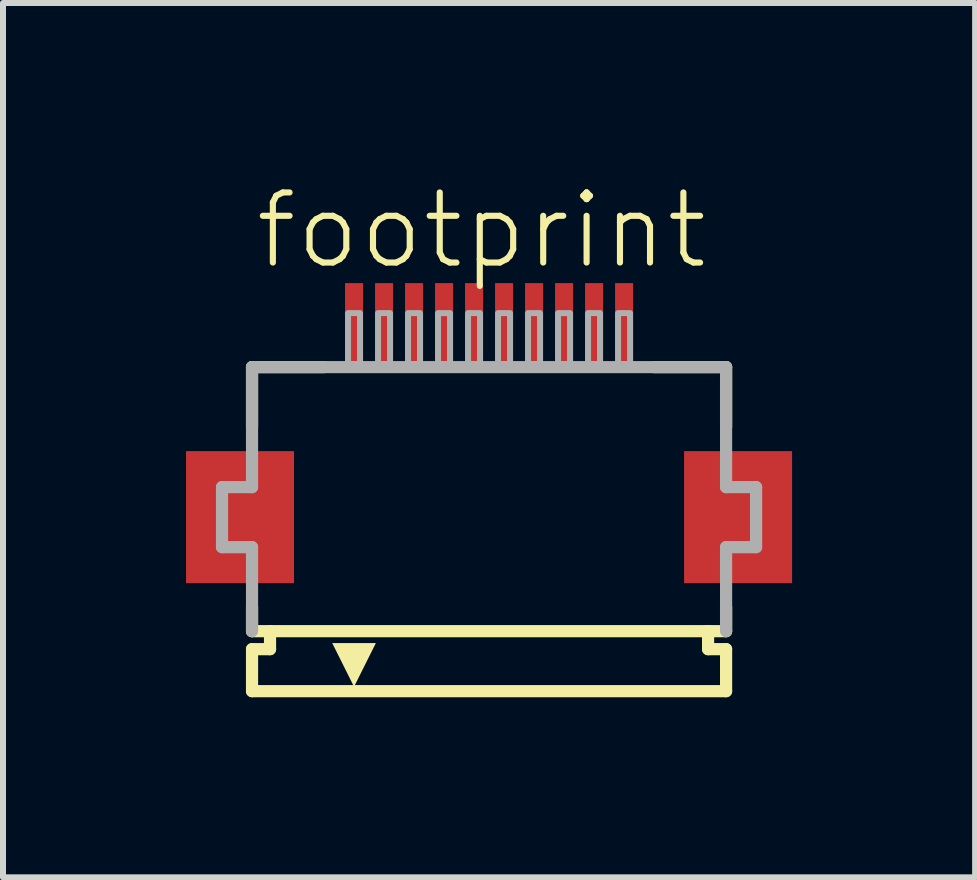
<source format=kicad_pcb>
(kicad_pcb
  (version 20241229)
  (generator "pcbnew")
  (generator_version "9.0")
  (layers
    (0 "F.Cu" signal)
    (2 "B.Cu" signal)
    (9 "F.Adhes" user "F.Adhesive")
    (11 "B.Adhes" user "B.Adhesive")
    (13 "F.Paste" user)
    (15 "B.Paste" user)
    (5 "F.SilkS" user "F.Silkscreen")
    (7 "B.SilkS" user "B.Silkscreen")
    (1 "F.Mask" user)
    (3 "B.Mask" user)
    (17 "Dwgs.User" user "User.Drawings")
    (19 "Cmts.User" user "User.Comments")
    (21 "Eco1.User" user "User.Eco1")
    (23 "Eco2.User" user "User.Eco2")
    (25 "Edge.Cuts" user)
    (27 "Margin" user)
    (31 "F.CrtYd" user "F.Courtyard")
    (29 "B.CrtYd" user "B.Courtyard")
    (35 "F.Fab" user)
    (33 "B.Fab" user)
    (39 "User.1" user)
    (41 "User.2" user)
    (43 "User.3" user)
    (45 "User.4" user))
  (footprint "footprint"
    (layer "F.Cu")
    (at 5.1 5.568)
    (property "Reference" "footprint" (at -3.948 -4.095 0) (layer "F.SilkS") (effects (font (size 1.168 1.168) (thickness 0.102)) (justify left bottom)))
    (fp_poly (pts (xy -3.25 -1.1) (xy -5.05 -1.1) (xy -5.05 1.1) (xy -3.25 1.1)) (stroke (width 0) (type solid)) (fill yes) (layer "F.Cu"))
    (fp_poly (pts (xy 5.05 -1.1) (xy 3.25 -1.1) (xy 3.25 1.1) (xy 5.05 1.1)) (stroke (width 0) (type solid)) (fill yes) (layer "F.Cu"))
    (fp_poly (pts (xy -3.2 -1.175) (xy -5.1 -1.175) (xy -5.1 1.175) (xy -3.2 1.175)) (stroke (width 0) (type solid)) (fill yes) (layer "F.Mask"))
    (fp_poly (pts (xy -2.45 -2.55) (xy -2.05 -2.55) (xy -2.05 -3.95) (xy -2.45 -3.95)) (stroke (width 0) (type solid)) (fill yes) (layer "F.Mask"))
    (fp_poly (pts (xy -1.95 -2.55) (xy -1.55 -2.55) (xy -1.55 -3.95) (xy -1.95 -3.95)) (stroke (width 0) (type solid)) (fill yes) (layer "F.Mask"))
    (fp_poly (pts (xy -1.45 -2.55) (xy -1.05 -2.55) (xy -1.05 -3.95) (xy -1.45 -3.95)) (stroke (width 0) (type solid)) (fill yes) (layer "F.Mask"))
    (fp_poly (pts (xy -0.95 -2.55) (xy -0.55 -2.55) (xy -0.55 -3.95) (xy -0.95 -3.95)) (stroke (width 0) (type solid)) (fill yes) (layer "F.Mask"))
    (fp_poly (pts (xy -0.45 -2.55) (xy -0.05 -2.55) (xy -0.05 -3.95) (xy -0.45 -3.95)) (stroke (width 0) (type solid)) (fill yes) (layer "F.Mask"))
    (fp_poly (pts (xy 0.05 -2.55) (xy 0.45 -2.55) (xy 0.45 -3.95) (xy 0.05 -3.95)) (stroke (width 0) (type solid)) (fill yes) (layer "F.Mask"))
    (fp_poly (pts (xy 0.55 -2.55) (xy 0.95 -2.55) (xy 0.95 -3.95) (xy 0.55 -3.95)) (stroke (width 0) (type solid)) (fill yes) (layer "F.Mask"))
    (fp_poly (pts (xy 1.05 -2.55) (xy 1.45 -2.55) (xy 1.45 -3.95) (xy 1.05 -3.95)) (stroke (width 0) (type solid)) (fill yes) (layer "F.Mask"))
    (fp_poly (pts (xy 1.55 -2.55) (xy 1.95 -2.55) (xy 1.95 -3.95) (xy 1.55 -3.95)) (stroke (width 0) (type solid)) (fill yes) (layer "F.Mask"))
    (fp_poly (pts (xy 2.05 -2.55) (xy 2.45 -2.55) (xy 2.45 -3.95) (xy 2.05 -3.95)) (stroke (width 0) (type solid)) (fill yes) (layer "F.Mask"))
    (fp_poly (pts (xy 5.1 -1.175) (xy 3.2 -1.175) (xy 3.2 1.175) (xy 5.1 1.175)) (stroke (width 0) (type solid)) (fill yes) (layer "F.Mask"))
    (fp_line (start -3.95 -2.5) (end -3.95 -1.5) (stroke (width 0.203) (type solid)) (layer "F.SilkS"))
    (fp_line (start -3.95 1.5) (end -3.95 1.9) (stroke (width 0.203) (type solid)) (layer "F.SilkS"))
    (fp_line (start -3.95 1.9) (end -3.65 1.9) (stroke (width 0.203) (type solid)) (layer "F.SilkS"))
    (fp_line (start -3.95 2.2) (end -3.95 2.9) (stroke (width 0.203) (type solid)) (layer "F.SilkS"))
    (fp_line (start -3.65 1.9) (end -3.65 2.2) (stroke (width 0.203) (type solid)) (layer "F.SilkS"))
    (fp_line (start -3.65 2.2) (end -3.95 2.2) (stroke (width 0.203) (type solid)) (layer "F.SilkS"))
    (fp_line (start -2.75 -2.5) (end -3.95 -2.5) (stroke (width 0.203) (type solid)) (layer "F.SilkS"))
    (fp_line (start 3.65 1.9) (end -3.65 1.9) (stroke (width 0.203) (type solid)) (layer "F.SilkS"))
    (fp_line (start 3.65 1.9) (end 3.95 1.9) (stroke (width 0.203) (type solid)) (layer "F.SilkS"))
    (fp_line (start 3.65 2.2) (end 3.65 1.9) (stroke (width 0.203) (type solid)) (layer "F.SilkS"))
    (fp_line (start 3.95 -2.5) (end 2.75 -2.5) (stroke (width 0.203) (type solid)) (layer "F.SilkS"))
    (fp_line (start 3.95 -1.5) (end 3.95 -2.5) (stroke (width 0.203) (type solid)) (layer "F.SilkS"))
    (fp_line (start 3.95 1.9) (end 3.95 1.5) (stroke (width 0.203) (type solid)) (layer "F.SilkS"))
    (fp_line (start 3.95 2.2) (end 3.65 2.2) (stroke (width 0.203) (type solid)) (layer "F.SilkS"))
    (fp_line (start 3.95 2.9) (end -3.95 2.9) (stroke (width 0.203) (type solid)) (layer "F.SilkS"))
    (fp_line (start 3.95 2.9) (end 3.95 2.2) (stroke (width 0.203) (type solid)) (layer "F.SilkS"))
    (fp_poly (pts (xy -2.25 2.827) (xy -2.614 2.098) (xy -1.886 2.098)) (stroke (width 0) (type solid)) (fill yes) (layer "F.SilkS"))
    (fp_poly (pts (xy -3.325 -1.025) (xy -4.975 -1.025) (xy -4.975 1.025) (xy -3.325 1.025)) (stroke (width 0) (type solid)) (fill yes) (layer "F.Paste"))
    (fp_poly (pts (xy -2.375 -2.625) (xy -2.125 -2.625) (xy -2.125 -3.875) (xy -2.375 -3.875)) (stroke (width 0) (type solid)) (fill yes) (layer "F.Paste"))
    (fp_poly (pts (xy -1.875 -2.625) (xy -1.625 -2.625) (xy -1.625 -3.875) (xy -1.875 -3.875)) (stroke (width 0) (type solid)) (fill yes) (layer "F.Paste"))
    (fp_poly (pts (xy -1.375 -2.625) (xy -1.125 -2.625) (xy -1.125 -3.875) (xy -1.375 -3.875)) (stroke (width 0) (type solid)) (fill yes) (layer "F.Paste"))
    (fp_poly (pts (xy -0.875 -2.625) (xy -0.625 -2.625) (xy -0.625 -3.875) (xy -0.875 -3.875)) (stroke (width 0) (type solid)) (fill yes) (layer "F.Paste"))
    (fp_poly (pts (xy -0.375 -2.625) (xy -0.125 -2.625) (xy -0.125 -3.875) (xy -0.375 -3.875)) (stroke (width 0) (type solid)) (fill yes) (layer "F.Paste"))
    (fp_poly (pts (xy 0.125 -2.625) (xy 0.375 -2.625) (xy 0.375 -3.875) (xy 0.125 -3.875)) (stroke (width 0) (type solid)) (fill yes) (layer "F.Paste"))
    (fp_poly (pts (xy 0.625 -2.625) (xy 0.875 -2.625) (xy 0.875 -3.875) (xy 0.625 -3.875)) (stroke (width 0) (type solid)) (fill yes) (layer "F.Paste"))
    (fp_poly (pts (xy 1.125 -2.625) (xy 1.375 -2.625) (xy 1.375 -3.875) (xy 1.125 -3.875)) (stroke (width 0) (type solid)) (fill yes) (layer "F.Paste"))
    (fp_poly (pts (xy 1.625 -2.625) (xy 1.875 -2.625) (xy 1.875 -3.875) (xy 1.625 -3.875)) (stroke (width 0) (type solid)) (fill yes) (layer "F.Paste"))
    (fp_poly (pts (xy 2.125 -2.625) (xy 2.375 -2.625) (xy 2.375 -3.875) (xy 2.125 -3.875)) (stroke (width 0) (type solid)) (fill yes) (layer "F.Paste"))
    (fp_poly (pts (xy 4.975 -1.025) (xy 3.325 -1.025) (xy 3.325 1.025) (xy 4.975 1.025)) (stroke (width 0) (type solid)) (fill yes) (layer "F.Paste"))
    (fp_line (start -4.45 -0.5) (end -4.45 0.5) (stroke (width 0.203) (type solid)) (layer "F.Fab"))
    (fp_line (start -4.45 0.5) (end -3.95 0.5) (stroke (width 0.203) (type solid)) (layer "F.Fab"))
    (fp_line (start -3.95 -2.5) (end -3.95 -0.5) (stroke (width 0.203) (type solid)) (layer "F.Fab"))
    (fp_line (start -3.95 -0.5) (end -4.45 -0.5) (stroke (width 0.203) (type solid)) (layer "F.Fab"))
    (fp_line (start -3.95 0.5) (end -3.95 1.9) (stroke (width 0.203) (type solid)) (layer "F.Fab"))
    (fp_line (start 3.95 -2.5) (end -3.95 -2.5) (stroke (width 0.203) (type solid)) (layer "F.Fab"))
    (fp_line (start 3.95 -0.5) (end 3.95 -2.5) (stroke (width 0.203) (type solid)) (layer "F.Fab"))
    (fp_line (start 3.95 0.5) (end 4.45 0.5) (stroke (width 0.203) (type solid)) (layer "F.Fab"))
    (fp_line (start 3.95 1.9) (end 3.95 0.5) (stroke (width 0.203) (type solid)) (layer "F.Fab"))
    (fp_line (start 4.45 -0.5) (end 3.95 -0.5) (stroke (width 0.203) (type solid)) (layer "F.Fab"))
    (fp_line (start 4.45 0.5) (end 4.45 -0.5) (stroke (width 0.203) (type solid)) (layer "F.Fab"))
    (fp_poly (pts (xy -2.35 -2.55) (xy -2.15 -2.55) (xy -2.15 -3.4) (xy -2.35 -3.4)) (stroke (width 0.1) (type solid)) (fill no) (layer "F.Fab"))
    (fp_poly (pts (xy -1.85 -2.55) (xy -1.65 -2.55) (xy -1.65 -3.4) (xy -1.85 -3.4)) (stroke (width 0.1) (type solid)) (fill no) (layer "F.Fab"))
    (fp_poly (pts (xy -1.35 -2.55) (xy -1.15 -2.55) (xy -1.15 -3.4) (xy -1.35 -3.4)) (stroke (width 0.1) (type solid)) (fill no) (layer "F.Fab"))
    (fp_poly (pts (xy -0.85 -2.55) (xy -0.65 -2.55) (xy -0.65 -3.4) (xy -0.85 -3.4)) (stroke (width 0.1) (type solid)) (fill no) (layer "F.Fab"))
    (fp_poly (pts (xy -0.35 -2.55) (xy -0.15 -2.55) (xy -0.15 -3.4) (xy -0.35 -3.4)) (stroke (width 0.1) (type solid)) (fill no) (layer "F.Fab"))
    (fp_poly (pts (xy 0.15 -2.55) (xy 0.35 -2.55) (xy 0.35 -3.4) (xy 0.15 -3.4)) (stroke (width 0.1) (type solid)) (fill no) (layer "F.Fab"))
    (fp_poly (pts (xy 0.65 -2.55) (xy 0.85 -2.55) (xy 0.85 -3.4) (xy 0.65 -3.4)) (stroke (width 0.1) (type solid)) (fill no) (layer "F.Fab"))
    (fp_poly (pts (xy 1.15 -2.55) (xy 1.35 -2.55) (xy 1.35 -3.4) (xy 1.15 -3.4)) (stroke (width 0.1) (type solid)) (fill no) (layer "F.Fab"))
    (fp_poly (pts (xy 1.65 -2.55) (xy 1.85 -2.55) (xy 1.85 -3.4) (xy 1.65 -3.4)) (stroke (width 0.1) (type solid)) (fill no) (layer "F.Fab"))
    (fp_poly (pts (xy 2.15 -2.55) (xy 2.35 -2.55) (xy 2.35 -3.4) (xy 2.15 -3.4)) (stroke (width 0.1) (type solid)) (fill no) (layer "F.Fab"))
    (pad "1" smd rect (at -2.25 -3.25) (size 0.3 1.3) (layers "F.Cu"))
    (pad "2" smd rect (at -1.75 -3.25) (size 0.3 1.3) (layers "F.Cu"))
    (pad "3" smd rect (at -1.25 -3.25) (size 0.3 1.3) (layers "F.Cu"))
    (pad "4" smd rect (at -0.75 -3.25) (size 0.3 1.3) (layers "F.Cu"))
    (pad "5" smd rect (at -0.25 -3.25) (size 0.3 1.3) (layers "F.Cu"))
    (pad "6" smd rect (at 0.25 -3.25) (size 0.3 1.3) (layers "F.Cu"))
    (pad "7" smd rect (at 0.75 -3.25) (size 0.3 1.3) (layers "F.Cu"))
    (pad "8" smd rect (at 1.25 -3.25) (size 0.3 1.3) (layers "F.Cu"))
    (pad "9" smd rect (at 1.75 -3.25) (size 0.3 1.3) (layers "F.Cu"))
    (pad "10" smd rect (at 2.25 -3.25) (size 0.3 1.3) (layers "F.Cu")))
  (gr_rect
    (start -3 -3)
    (end 13.2 11.57)
    (stroke (width 0.1) (type default))
    (fill no)
    (layer "Edge.Cuts")))
</source>
